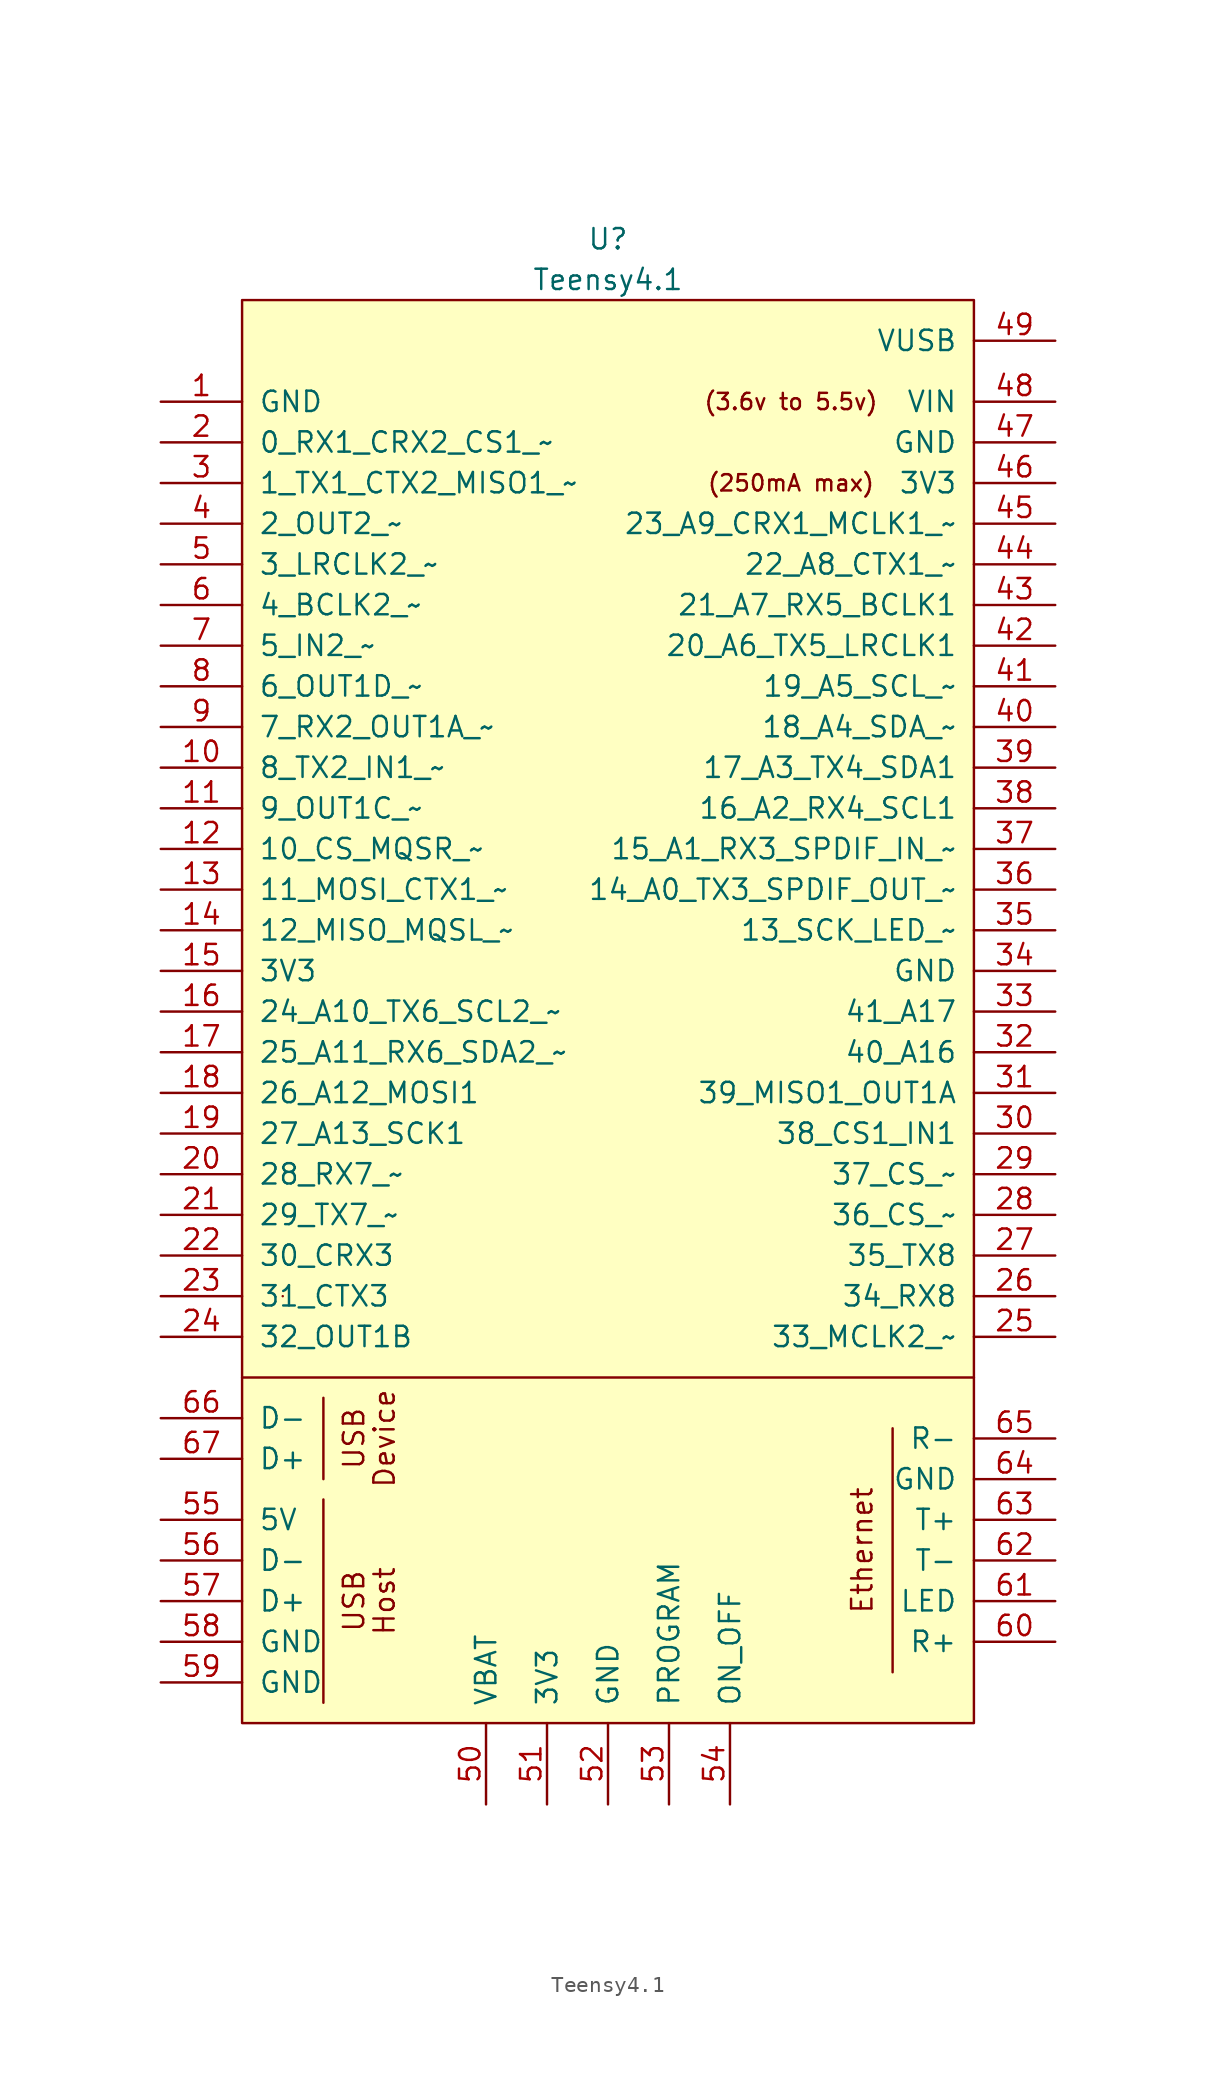
<source format=kicad_sym>
(kicad_symbol_lib
  (version 20220914)
  (generator kicad_symbol_editor)
  (symbol "Teensy4.1"
    (pin_names
      (offset 1.016))
    (property "Reference" "U"
      (at 0 64.77 0)
      (effects (font (size 1.27 1.27))))
    (property "Value" "Teensy4.1"
      (at 0 62.23 0)
      (effects (font (size 1.27 1.27))))
    (symbol "Teensy4.1_0_0"
      (polyline (pts (xy -22.86 -6.35) (xy 22.86 -6.35)) (stroke (width 0) (type solid)) (fill (type none)))
      (polyline (pts (xy -17.78 -26.67) (xy -17.78 -13.97)) (stroke (width 0) (type solid)) (fill (type none)))
      (polyline (pts (xy -17.78 -7.62) (xy -17.78 -12.7)) (stroke (width 0) (type solid)) (fill (type none)))
      (polyline (pts (xy 17.78 -9.525) (xy 17.78 -24.765)) (stroke (width 0) (type solid)) (fill (type none)))
      (text "(250mA max)" (at 11.43 49.53 0) (effects (font (size 1.016 1.016))))
      (text "(3.6v to 5.5v)" (at 11.43 54.61 0) (effects (font (size 1.016 1.016))))
      (text "Device" (at -13.97 -10.16 900) (effects (font (size 1.27 1.27))))
      (text "Ethernet" (at 15.875 -17.145 900) (effects (font (size 1.27 1.27))))
      (text "Host" (at -13.97 -20.32 900) (effects (font (size 1.27 1.27))))
      (text "USB" (at -15.875 -20.32 900) (effects (font (size 1.27 1.27))))
      (text "USB" (at -15.875 -10.16 900) (effects (font (size 1.27 1.27))))
      (pin power_in line (at -27.94 19.05 0) (length 5.08) (name "3V3" (effects (font (size 1.27 1.27)))) (number "15" (effects (font (size 1.27 1.27)))))
      (pin bidirectional line (at -27.94 11.43 0) (length 5.08) (name "26_A12_MOSI1" (effects (font (size 1.27 1.27)))) (number "18" (effects (font (size 1.27 1.27)))))
      (pin bidirectional line (at -27.94 8.89 0) (length 5.08) (name "27_A13_SCK1" (effects (font (size 1.27 1.27)))) (number "19" (effects (font (size 1.27 1.27)))))
      (pin bidirectional line (at -27.94 1.27 0) (length 5.08) (name "30_CRX3" (effects (font (size 1.27 1.27)))) (number "22" (effects (font (size 1.27 1.27)))))
      (pin bidirectional line (at -27.94 -1.27 0) (length 5.08) (name "31_CTX3" (effects (font (size 1.27 1.27)))) (number "23" (effects (font (size 1.27 1.27)))))
      (pin bidirectional line (at -27.94 -3.81 0) (length 5.08) (name "32_OUT1B" (effects (font (size 1.27 1.27)))) (number "24" (effects (font (size 1.27 1.27)))))
      (pin bidirectional line (at 27.94 -1.27 180) (length 5.08) (name "34_RX8" (effects (font (size 1.27 1.27)))) (number "26" (effects (font (size 1.27 1.27)))))
      (pin bidirectional line (at 27.94 1.27 180) (length 5.08) (name "35_TX8" (effects (font (size 1.27 1.27)))) (number "27" (effects (font (size 1.27 1.27)))))
      (pin bidirectional line (at 27.94 8.89 180) (length 5.08) (name "38_CS1_IN1" (effects (font (size 1.27 1.27)))) (number "30" (effects (font (size 1.27 1.27)))))
      (pin bidirectional line (at 27.94 11.43 180) (length 5.08) (name "39_MISO1_OUT1A" (effects (font (size 1.27 1.27)))) (number "31" (effects (font (size 1.27 1.27)))))
      (pin bidirectional line (at 27.94 13.97 180) (length 5.08) (name "40_A16" (effects (font (size 1.27 1.27)))) (number "32" (effects (font (size 1.27 1.27)))))
      (pin bidirectional line (at 27.94 16.51 180) (length 5.08) (name "41_A17" (effects (font (size 1.27 1.27)))) (number "33" (effects (font (size 1.27 1.27)))))
      (pin bidirectional line (at 27.94 29.21 180) (length 5.08) (name "16_A2_RX4_SCL1" (effects (font (size 1.27 1.27)))) (number "38" (effects (font (size 1.27 1.27)))))
      (pin bidirectional line (at 27.94 31.75 180) (length 5.08) (name "17_A3_TX4_SDA1" (effects (font (size 1.27 1.27)))) (number "39" (effects (font (size 1.27 1.27)))))
      (pin bidirectional line (at 27.94 39.37 180) (length 5.08) (name "20_A6_TX5_LRCLK1" (effects (font (size 1.27 1.27)))) (number "42" (effects (font (size 1.27 1.27)))))
      (pin bidirectional line (at 27.94 41.91 180) (length 5.08) (name "21_A7_RX5_BCLK1" (effects (font (size 1.27 1.27)))) (number "43" (effects (font (size 1.27 1.27)))))
      (pin power_in line (at 27.94 54.61 180) (length 5.08) (name "VIN" (effects (font (size 1.27 1.27)))) (number "48" (effects (font (size 1.27 1.27)))))
      (pin power_in line (at -7.62 -33.02 90) (length 5.08) (name "VBAT" (effects (font (size 1.27 1.27)))) (number "50" (effects (font (size 1.27 1.27)))))
      (pin power_in line (at -3.81 -33.02 90) (length 5.08) (name "3V3" (effects (font (size 1.27 1.27)))) (number "51" (effects (font (size 1.27 1.27)))))
      (pin input line (at 0 -33.02 90) (length 5.08) (name "GND" (effects (font (size 1.27 1.27)))) (number "52" (effects (font (size 1.27 1.27)))))
      (pin input line (at 3.81 -33.02 90) (length 5.08) (name "PROGRAM" (effects (font (size 1.27 1.27)))) (number "53" (effects (font (size 1.27 1.27)))))
      (pin input line (at 7.62 -33.02 90) (length 5.08) (name "ON_OFF" (effects (font (size 1.27 1.27)))) (number "54" (effects (font (size 1.27 1.27)))))
      (pin power_out line (at -27.94 -15.24 0) (length 5.08) (name "5V" (effects (font (size 1.27 1.27)))) (number "55" (effects (font (size 1.27 1.27)))))
      (pin bidirectional line (at -27.94 -17.78 0) (length 5.08) (name "D-" (effects (font (size 1.27 1.27)))) (number "56" (effects (font (size 1.27 1.27)))))
      (pin bidirectional line (at -27.94 -20.32 0) (length 5.08) (name "D+" (effects (font (size 1.27 1.27)))) (number "57" (effects (font (size 1.27 1.27)))))
      (pin power_in line (at -27.94 -22.86 0) (length 5.08) (name "GND" (effects (font (size 1.27 1.27)))) (number "58" (effects (font (size 1.27 1.27)))))
      (pin power_in line (at -27.94 -25.4 0) (length 5.08) (name "GND" (effects (font (size 1.27 1.27)))) (number "59" (effects (font (size 1.27 1.27)))))
      (pin bidirectional line (at 27.94 -22.86 180) (length 5.08) (name "R+" (effects (font (size 1.27 1.27)))) (number "60" (effects (font (size 1.27 1.27)))))
      (pin bidirectional line (at 27.94 -20.32 180) (length 5.08) (name "LED" (effects (font (size 1.27 1.27)))) (number "61" (effects (font (size 1.27 1.27)))))
      (pin bidirectional line (at 27.94 -17.78 180) (length 5.08) (name "T-" (effects (font (size 1.27 1.27)))) (number "62" (effects (font (size 1.27 1.27)))))
      (pin bidirectional line (at 27.94 -15.24 180) (length 5.08) (name "T+" (effects (font (size 1.27 1.27)))) (number "63" (effects (font (size 1.27 1.27)))))
      (pin power_in line (at 27.94 -12.7 180) (length 5.08) (name "GND" (effects (font (size 1.27 1.27)))) (number "64" (effects (font (size 1.27 1.27)))))
      (pin bidirectional line (at 27.94 -10.16 180) (length 5.08) (name "R-" (effects (font (size 1.27 1.27)))) (number "65" (effects (font (size 1.27 1.27)))))
      (pin bidirectional line (at -27.94 -8.89 0) (length 5.08) (name "D-" (effects (font (size 1.27 1.27)))) (number "66" (effects (font (size 1.27 1.27)))))
      (pin bidirectional line (at -27.94 -11.43 0) (length 5.08) (name "D+" (effects (font (size 1.27 1.27)))) (number "67" (effects (font (size 1.27 1.27))))))
    (symbol "Teensy4.1_0_1"
      (rectangle (start -20.32 -1.27) (end -20.32 -1.27) (stroke (width 0) (type solid)) (fill (type none))))
    (symbol "Teensy4.1_1_0"
      (pin bidirectional line (at -27.94 31.75 0) (length 5.08) (name "8_TX2_IN1_~" (effects (font (size 1.27 1.27)))) (number "10" (effects (font (size 1.27 1.27)))))
      (pin bidirectional line (at -27.94 29.21 0) (length 5.08) (name "9_OUT1C_~" (effects (font (size 1.27 1.27)))) (number "11" (effects (font (size 1.27 1.27)))))
      (pin bidirectional line (at -27.94 26.67 0) (length 5.08) (name "10_CS_MQSR_~" (effects (font (size 1.27 1.27)))) (number "12" (effects (font (size 1.27 1.27)))))
      (pin bidirectional line (at -27.94 24.13 0) (length 5.08) (name "11_MOSI_CTX1_~" (effects (font (size 1.27 1.27)))) (number "13" (effects (font (size 1.27 1.27)))))
      (pin bidirectional line (at -27.94 21.59 0) (length 5.08) (name "12_MISO_MQSL_~" (effects (font (size 1.27 1.27)))) (number "14" (effects (font (size 1.27 1.27)))))
      (pin bidirectional line (at -27.94 16.51 0) (length 5.08) (name "24_A10_TX6_SCL2_~" (effects (font (size 1.27 1.27)))) (number "16" (effects (font (size 1.27 1.27)))))
      (pin bidirectional line (at -27.94 13.97 0) (length 5.08) (name "25_A11_RX6_SDA2_~" (effects (font (size 1.27 1.27)))) (number "17" (effects (font (size 1.27 1.27)))))
      (pin bidirectional line (at -27.94 6.35 0) (length 5.08) (name "28_RX7_~" (effects (font (size 1.27 1.27)))) (number "20" (effects (font (size 1.27 1.27)))))
      (pin bidirectional line (at -27.94 3.81 0) (length 5.08) (name "29_TX7_~" (effects (font (size 1.27 1.27)))) (number "21" (effects (font (size 1.27 1.27)))))
      (pin bidirectional line (at 27.94 -3.81 180) (length 5.08) (name "33_MCLK2_~" (effects (font (size 1.27 1.27)))) (number "25" (effects (font (size 1.27 1.27)))))
      (pin bidirectional line (at 27.94 3.81 180) (length 5.08) (name "36_CS_~" (effects (font (size 1.27 1.27)))) (number "28" (effects (font (size 1.27 1.27)))))
      (pin bidirectional line (at 27.94 6.35 180) (length 5.08) (name "37_CS_~" (effects (font (size 1.27 1.27)))) (number "29" (effects (font (size 1.27 1.27)))))
      (pin bidirectional line (at 27.94 21.59 180) (length 5.08) (name "13_SCK_LED_~" (effects (font (size 1.27 1.27)))) (number "35" (effects (font (size 1.27 1.27)))))
      (pin bidirectional line (at 27.94 24.13 180) (length 5.08) (name "14_A0_TX3_SPDIF_OUT_~" (effects (font (size 1.27 1.27)))) (number "36" (effects (font (size 1.27 1.27)))))
      (pin bidirectional line (at 27.94 26.67 180) (length 5.08) (name "15_A1_RX3_SPDIF_IN_~" (effects (font (size 1.27 1.27)))) (number "37" (effects (font (size 1.27 1.27)))))
      (pin bidirectional line (at 27.94 34.29 180) (length 5.08) (name "18_A4_SDA_~" (effects (font (size 1.27 1.27)))) (number "40" (effects (font (size 1.27 1.27)))))
      (pin bidirectional line (at 27.94 36.83 180) (length 5.08) (name "19_A5_SCL_~" (effects (font (size 1.27 1.27)))) (number "41" (effects (font (size 1.27 1.27)))))
      (pin bidirectional line (at 27.94 44.45 180) (length 5.08) (name "22_A8_CTX1_~" (effects (font (size 1.27 1.27)))) (number "44" (effects (font (size 1.27 1.27)))))
      (pin bidirectional line (at 27.94 46.99 180) (length 5.08) (name "23_A9_CRX1_MCLK1_~" (effects (font (size 1.27 1.27)))) (number "45" (effects (font (size 1.27 1.27)))))
      (pin power_out line (at 27.94 49.53 180) (length 5.08) (name "3V3" (effects (font (size 1.27 1.27)))) (number "46" (effects (font (size 1.27 1.27)))))
      (pin power_in line (at 27.94 52.07 180) (length 5.08) (name "GND" (effects (font (size 1.27 1.27)))) (number "47" (effects (font (size 1.27 1.27)))))
      (pin power_in line (at 27.94 58.42 180) (length 5.08) (name "VUSB" (effects (font (size 1.27 1.27)))) (number "49" (effects (font (size 1.27 1.27)))))
      (pin bidirectional line (at -27.94 44.45 0) (length 5.08) (name "3_LRCLK2_~" (effects (font (size 1.27 1.27)))) (number "5" (effects (font (size 1.27 1.27)))))
      (pin bidirectional line (at -27.94 41.91 0) (length 5.08) (name "4_BCLK2_~" (effects (font (size 1.27 1.27)))) (number "6" (effects (font (size 1.27 1.27)))))
      (pin bidirectional line (at -27.94 39.37 0) (length 5.08) (name "5_IN2_~" (effects (font (size 1.27 1.27)))) (number "7" (effects (font (size 1.27 1.27)))))
      (pin bidirectional line (at -27.94 36.83 0) (length 5.08) (name "6_OUT1D_~" (effects (font (size 1.27 1.27)))) (number "8" (effects (font (size 1.27 1.27)))))
      (pin bidirectional line (at -27.94 34.29 0) (length 5.08) (name "7_RX2_OUT1A_~" (effects (font (size 1.27 1.27)))) (number "9" (effects (font (size 1.27 1.27))))))
    (symbol "Teensy4.1_1_1"
      (rectangle (start -22.86 60.96) (end 22.86 -27.94) (stroke (width 0) (type solid)) (fill (type background)))
      (pin power_in line (at -27.94 54.61 0) (length 5.08) (name "GND" (effects (font (size 1.27 1.27)))) (number "1" (effects (font (size 1.27 1.27)))))
      (pin bidirectional line (at -27.94 52.07 0) (length 5.08) (name "0_RX1_CRX2_CS1_~" (effects (font (size 1.27 1.27)))) (number "2" (effects (font (size 1.27 1.27)))))
      (pin bidirectional line (at -27.94 49.53 0) (length 5.08) (name "1_TX1_CTX2_MISO1_~" (effects (font (size 1.27 1.27)))) (number "3" (effects (font (size 1.27 1.27)))))
      (pin power_in line (at 27.94 19.05 180) (length 5.08) (name "GND" (effects (font (size 1.27 1.27)))) (number "34" (effects (font (size 1.27 1.27)))))
      (pin bidirectional line (at -27.94 46.99 0) (length 5.08) (name "2_OUT2_~" (effects (font (size 1.27 1.27)))) (number "4" (effects (font (size 1.27 1.27))))))))
</source>
